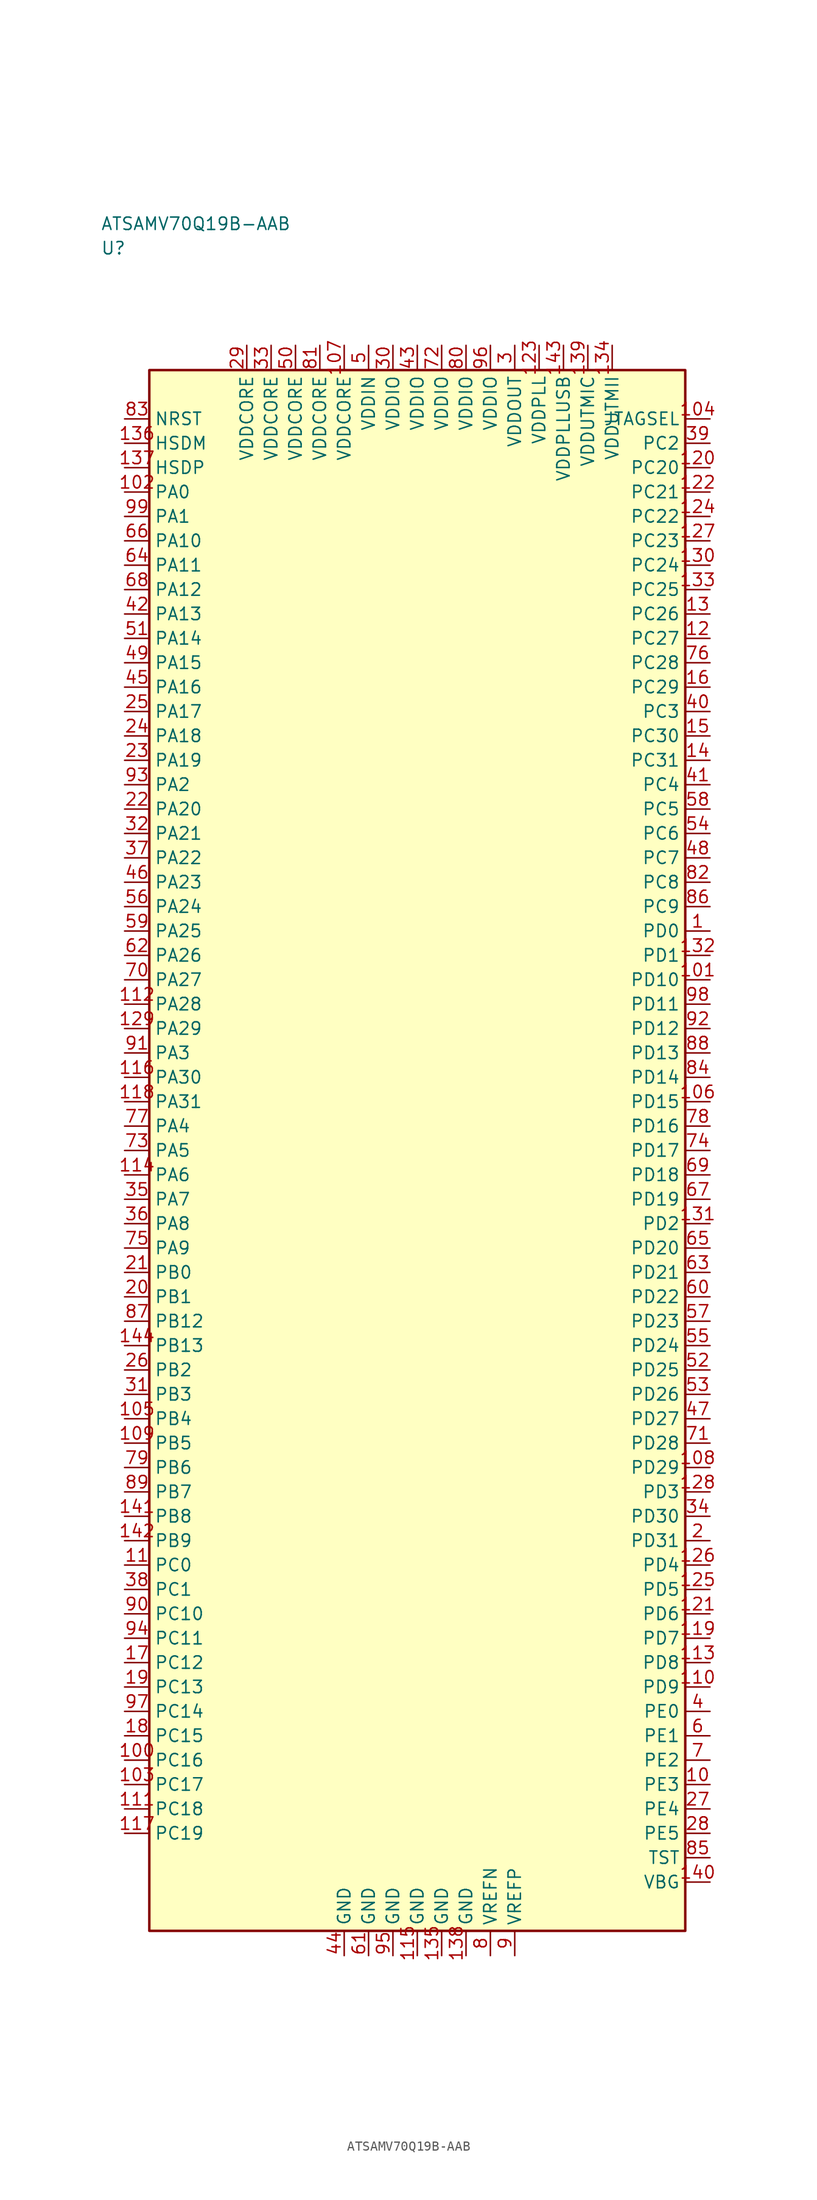
<source format=kicad_sym>
(kicad_symbol_lib
  (version 20241025)
  (generator "kicad_symbol_editor")
  (generator_version "8.0")
  (symbol "ATSAMV70Q19B-AAB"
    (property "Reference" "U"
      (at -32.5 92.5 0)
      (effects (font (size 1.27 1.27)) (justify left)))
    (property "Value" "ATSAMV70Q19B-AAB"
      (at -32.5 95.0 0)
      (effects (font (size 1.27 1.27)) (justify left)))
    (symbol "ATSAMV70Q19B-AAB_0_1"
      (rectangle (start -27.5 80.0) (end 27.5 -80.0) (stroke (width 0.254) (type default)) (fill (type background))))
    (symbol "ATSAMV70Q19B-AAB_1_1"
      (pin bidirectional line (at -30.04 67.5 0.0) (length 2.54) (name "PA0" (effects (font (size 1.27 1.27)))) (number "102" (effects (font (size 1.27 1.27)))))
      (pin bidirectional line (at -30.04 65.0 0.0) (length 2.54) (name "PA1" (effects (font (size 1.27 1.27)))) (number "99" (effects (font (size 1.27 1.27)))))
      (pin bidirectional line (at -30.04 37.5 0.0) (length 2.54) (name "PA2" (effects (font (size 1.27 1.27)))) (number "93" (effects (font (size 1.27 1.27)))))
      (pin bidirectional line (at -30.04 10.0 0.0) (length 2.54) (name "PA3" (effects (font (size 1.27 1.27)))) (number "91" (effects (font (size 1.27 1.27)))))
      (pin bidirectional line (at -30.04 2.5 0.0) (length 2.54) (name "PA4" (effects (font (size 1.27 1.27)))) (number "77" (effects (font (size 1.27 1.27)))))
      (pin bidirectional line (at -30.04 0.0 0.0) (length 2.54) (name "PA5" (effects (font (size 1.27 1.27)))) (number "73" (effects (font (size 1.27 1.27)))))
      (pin bidirectional line (at -30.04 -2.5 0.0) (length 2.54) (name "PA6" (effects (font (size 1.27 1.27)))) (number "114" (effects (font (size 1.27 1.27)))))
      (pin bidirectional line (at -30.04 -5.0 0.0) (length 2.54) (name "PA7" (effects (font (size 1.27 1.27)))) (number "35" (effects (font (size 1.27 1.27)))))
      (pin bidirectional line (at -30.04 -7.5 0.0) (length 2.54) (name "PA8" (effects (font (size 1.27 1.27)))) (number "36" (effects (font (size 1.27 1.27)))))
      (pin bidirectional line (at -30.04 -10.0 0.0) (length 2.54) (name "PA9" (effects (font (size 1.27 1.27)))) (number "75" (effects (font (size 1.27 1.27)))))
      (pin bidirectional line (at -30.04 62.5 0.0) (length 2.54) (name "PA10" (effects (font (size 1.27 1.27)))) (number "66" (effects (font (size 1.27 1.27)))))
      (pin bidirectional line (at -30.04 60.0 0.0) (length 2.54) (name "PA11" (effects (font (size 1.27 1.27)))) (number "64" (effects (font (size 1.27 1.27)))))
      (pin bidirectional line (at -30.04 57.5 0.0) (length 2.54) (name "PA12" (effects (font (size 1.27 1.27)))) (number "68" (effects (font (size 1.27 1.27)))))
      (pin bidirectional line (at -30.04 55.0 0.0) (length 2.54) (name "PA13" (effects (font (size 1.27 1.27)))) (number "42" (effects (font (size 1.27 1.27)))))
      (pin bidirectional line (at -30.04 52.5 0.0) (length 2.54) (name "PA14" (effects (font (size 1.27 1.27)))) (number "51" (effects (font (size 1.27 1.27)))))
      (pin bidirectional line (at -30.04 50.0 0.0) (length 2.54) (name "PA15" (effects (font (size 1.27 1.27)))) (number "49" (effects (font (size 1.27 1.27)))))
      (pin bidirectional line (at -30.04 47.5 0.0) (length 2.54) (name "PA16" (effects (font (size 1.27 1.27)))) (number "45" (effects (font (size 1.27 1.27)))))
      (pin bidirectional line (at -30.04 45.0 0.0) (length 2.54) (name "PA17" (effects (font (size 1.27 1.27)))) (number "25" (effects (font (size 1.27 1.27)))))
      (pin bidirectional line (at -30.04 42.5 0.0) (length 2.54) (name "PA18" (effects (font (size 1.27 1.27)))) (number "24" (effects (font (size 1.27 1.27)))))
      (pin bidirectional line (at -30.04 40.0 0.0) (length 2.54) (name "PA19" (effects (font (size 1.27 1.27)))) (number "23" (effects (font (size 1.27 1.27)))))
      (pin bidirectional line (at -30.04 35.0 0.0) (length 2.54) (name "PA20" (effects (font (size 1.27 1.27)))) (number "22" (effects (font (size 1.27 1.27)))))
      (pin bidirectional line (at -30.04 32.5 0.0) (length 2.54) (name "PA21" (effects (font (size 1.27 1.27)))) (number "32" (effects (font (size 1.27 1.27)))))
      (pin bidirectional line (at -30.04 30.0 0.0) (length 2.54) (name "PA22" (effects (font (size 1.27 1.27)))) (number "37" (effects (font (size 1.27 1.27)))))
      (pin bidirectional line (at -30.04 27.5 0.0) (length 2.54) (name "PA23" (effects (font (size 1.27 1.27)))) (number "46" (effects (font (size 1.27 1.27)))))
      (pin bidirectional line (at -30.04 25.0 0.0) (length 2.54) (name "PA24" (effects (font (size 1.27 1.27)))) (number "56" (effects (font (size 1.27 1.27)))))
      (pin bidirectional line (at -30.04 22.5 0.0) (length 2.54) (name "PA25" (effects (font (size 1.27 1.27)))) (number "59" (effects (font (size 1.27 1.27)))))
      (pin bidirectional line (at -30.04 20.0 0.0) (length 2.54) (name "PA26" (effects (font (size 1.27 1.27)))) (number "62" (effects (font (size 1.27 1.27)))))
      (pin bidirectional line (at -30.04 17.5 0.0) (length 2.54) (name "PA27" (effects (font (size 1.27 1.27)))) (number "70" (effects (font (size 1.27 1.27)))))
      (pin bidirectional line (at -30.04 15.0 0.0) (length 2.54) (name "PA28" (effects (font (size 1.27 1.27)))) (number "112" (effects (font (size 1.27 1.27)))))
      (pin bidirectional line (at -30.04 12.5 0.0) (length 2.54) (name "PA29" (effects (font (size 1.27 1.27)))) (number "129" (effects (font (size 1.27 1.27)))))
      (pin bidirectional line (at -30.04 7.5 0.0) (length 2.54) (name "PA30" (effects (font (size 1.27 1.27)))) (number "116" (effects (font (size 1.27 1.27)))))
      (pin bidirectional line (at -30.04 5.0 0.0) (length 2.54) (name "PA31" (effects (font (size 1.27 1.27)))) (number "118" (effects (font (size 1.27 1.27)))))
      (pin bidirectional line (at -30.04 -12.5 0.0) (length 2.54) (name "PB0" (effects (font (size 1.27 1.27)))) (number "21" (effects (font (size 1.27 1.27)))))
      (pin bidirectional line (at -30.04 -15.0 0.0) (length 2.54) (name "PB1" (effects (font (size 1.27 1.27)))) (number "20" (effects (font (size 1.27 1.27)))))
      (pin bidirectional line (at -30.04 -22.5 0.0) (length 2.54) (name "PB2" (effects (font (size 1.27 1.27)))) (number "26" (effects (font (size 1.27 1.27)))))
      (pin bidirectional line (at -30.04 -25.0 0.0) (length 2.54) (name "PB3" (effects (font (size 1.27 1.27)))) (number "31" (effects (font (size 1.27 1.27)))))
      (pin bidirectional line (at -30.04 -27.5 0.0) (length 2.54) (name "PB4" (effects (font (size 1.27 1.27)))) (number "105" (effects (font (size 1.27 1.27)))))
      (pin bidirectional line (at -30.04 -30.0 0.0) (length 2.54) (name "PB5" (effects (font (size 1.27 1.27)))) (number "109" (effects (font (size 1.27 1.27)))))
      (pin bidirectional line (at -30.04 -32.5 0.0) (length 2.54) (name "PB6" (effects (font (size 1.27 1.27)))) (number "79" (effects (font (size 1.27 1.27)))))
      (pin bidirectional line (at -30.04 -35.0 0.0) (length 2.54) (name "PB7" (effects (font (size 1.27 1.27)))) (number "89" (effects (font (size 1.27 1.27)))))
      (pin bidirectional line (at -30.04 -37.5 0.0) (length 2.54) (name "PB8" (effects (font (size 1.27 1.27)))) (number "141" (effects (font (size 1.27 1.27)))))
      (pin bidirectional line (at -30.04 -40.0 0.0) (length 2.54) (name "PB9" (effects (font (size 1.27 1.27)))) (number "142" (effects (font (size 1.27 1.27)))))
      (pin bidirectional line (at -30.04 -17.5 0.0) (length 2.54) (name "PB12" (effects (font (size 1.27 1.27)))) (number "87" (effects (font (size 1.27 1.27)))))
      (pin bidirectional line (at -30.04 -20.0 0.0) (length 2.54) (name "PB13" (effects (font (size 1.27 1.27)))) (number "144" (effects (font (size 1.27 1.27)))))
      (pin bidirectional line (at -30.04 -42.5 0.0) (length 2.54) (name "PC0" (effects (font (size 1.27 1.27)))) (number "11" (effects (font (size 1.27 1.27)))))
      (pin bidirectional line (at -30.04 -45.0 0.0) (length 2.54) (name "PC1" (effects (font (size 1.27 1.27)))) (number "38" (effects (font (size 1.27 1.27)))))
      (pin bidirectional line (at 30.04 72.5 180.0) (length 2.54) (name "PC2" (effects (font (size 1.27 1.27)))) (number "39" (effects (font (size 1.27 1.27)))))
      (pin bidirectional line (at 30.04 45.0 180.0) (length 2.54) (name "PC3" (effects (font (size 1.27 1.27)))) (number "40" (effects (font (size 1.27 1.27)))))
      (pin bidirectional line (at 30.04 37.5 180.0) (length 2.54) (name "PC4" (effects (font (size 1.27 1.27)))) (number "41" (effects (font (size 1.27 1.27)))))
      (pin bidirectional line (at 30.04 35.0 180.0) (length 2.54) (name "PC5" (effects (font (size 1.27 1.27)))) (number "58" (effects (font (size 1.27 1.27)))))
      (pin bidirectional line (at 30.04 32.5 180.0) (length 2.54) (name "PC6" (effects (font (size 1.27 1.27)))) (number "54" (effects (font (size 1.27 1.27)))))
      (pin bidirectional line (at 30.04 30.0 180.0) (length 2.54) (name "PC7" (effects (font (size 1.27 1.27)))) (number "48" (effects (font (size 1.27 1.27)))))
      (pin bidirectional line (at 30.04 27.5 180.0) (length 2.54) (name "PC8" (effects (font (size 1.27 1.27)))) (number "82" (effects (font (size 1.27 1.27)))))
      (pin bidirectional line (at 30.04 25.0 180.0) (length 2.54) (name "PC9" (effects (font (size 1.27 1.27)))) (number "86" (effects (font (size 1.27 1.27)))))
      (pin bidirectional line (at -30.04 -47.5 0.0) (length 2.54) (name "PC10" (effects (font (size 1.27 1.27)))) (number "90" (effects (font (size 1.27 1.27)))))
      (pin bidirectional line (at -30.04 -50.0 0.0) (length 2.54) (name "PC11" (effects (font (size 1.27 1.27)))) (number "94" (effects (font (size 1.27 1.27)))))
      (pin bidirectional line (at -30.04 -52.5 0.0) (length 2.54) (name "PC12" (effects (font (size 1.27 1.27)))) (number "17" (effects (font (size 1.27 1.27)))))
      (pin bidirectional line (at -30.04 -55.0 0.0) (length 2.54) (name "PC13" (effects (font (size 1.27 1.27)))) (number "19" (effects (font (size 1.27 1.27)))))
      (pin bidirectional line (at -30.04 -57.5 0.0) (length 2.54) (name "PC14" (effects (font (size 1.27 1.27)))) (number "97" (effects (font (size 1.27 1.27)))))
      (pin bidirectional line (at -30.04 -60.0 0.0) (length 2.54) (name "PC15" (effects (font (size 1.27 1.27)))) (number "18" (effects (font (size 1.27 1.27)))))
      (pin bidirectional line (at -30.04 -62.5 0.0) (length 2.54) (name "PC16" (effects (font (size 1.27 1.27)))) (number "100" (effects (font (size 1.27 1.27)))))
      (pin bidirectional line (at -30.04 -65.0 0.0) (length 2.54) (name "PC17" (effects (font (size 1.27 1.27)))) (number "103" (effects (font (size 1.27 1.27)))))
      (pin bidirectional line (at -30.04 -67.5 0.0) (length 2.54) (name "PC18" (effects (font (size 1.27 1.27)))) (number "111" (effects (font (size 1.27 1.27)))))
      (pin bidirectional line (at -30.04 -70.0 0.0) (length 2.54) (name "PC19" (effects (font (size 1.27 1.27)))) (number "117" (effects (font (size 1.27 1.27)))))
      (pin bidirectional line (at 30.04 70.0 180.0) (length 2.54) (name "PC20" (effects (font (size 1.27 1.27)))) (number "120" (effects (font (size 1.27 1.27)))))
      (pin bidirectional line (at 30.04 67.5 180.0) (length 2.54) (name "PC21" (effects (font (size 1.27 1.27)))) (number "122" (effects (font (size 1.27 1.27)))))
      (pin bidirectional line (at 30.04 65.0 180.0) (length 2.54) (name "PC22" (effects (font (size 1.27 1.27)))) (number "124" (effects (font (size 1.27 1.27)))))
      (pin bidirectional line (at 30.04 62.5 180.0) (length 2.54) (name "PC23" (effects (font (size 1.27 1.27)))) (number "127" (effects (font (size 1.27 1.27)))))
      (pin bidirectional line (at 30.04 60.0 180.0) (length 2.54) (name "PC24" (effects (font (size 1.27 1.27)))) (number "130" (effects (font (size 1.27 1.27)))))
      (pin bidirectional line (at 30.04 57.5 180.0) (length 2.54) (name "PC25" (effects (font (size 1.27 1.27)))) (number "133" (effects (font (size 1.27 1.27)))))
      (pin bidirectional line (at 30.04 55.0 180.0) (length 2.54) (name "PC26" (effects (font (size 1.27 1.27)))) (number "13" (effects (font (size 1.27 1.27)))))
      (pin bidirectional line (at 30.04 52.5 180.0) (length 2.54) (name "PC27" (effects (font (size 1.27 1.27)))) (number "12" (effects (font (size 1.27 1.27)))))
      (pin bidirectional line (at 30.04 50.0 180.0) (length 2.54) (name "PC28" (effects (font (size 1.27 1.27)))) (number "76" (effects (font (size 1.27 1.27)))))
      (pin bidirectional line (at 30.04 47.5 180.0) (length 2.54) (name "PC29" (effects (font (size 1.27 1.27)))) (number "16" (effects (font (size 1.27 1.27)))))
      (pin bidirectional line (at 30.04 42.5 180.0) (length 2.54) (name "PC30" (effects (font (size 1.27 1.27)))) (number "15" (effects (font (size 1.27 1.27)))))
      (pin bidirectional line (at 30.04 40.0 180.0) (length 2.54) (name "PC31" (effects (font (size 1.27 1.27)))) (number "14" (effects (font (size 1.27 1.27)))))
      (pin bidirectional line (at 30.04 22.5 180.0) (length 2.54) (name "PD0" (effects (font (size 1.27 1.27)))) (number "1" (effects (font (size 1.27 1.27)))))
      (pin bidirectional line (at 30.04 20.0 180.0) (length 2.54) (name "PD1" (effects (font (size 1.27 1.27)))) (number "132" (effects (font (size 1.27 1.27)))))
      (pin bidirectional line (at 30.04 -7.5 180.0) (length 2.54) (name "PD2" (effects (font (size 1.27 1.27)))) (number "131" (effects (font (size 1.27 1.27)))))
      (pin bidirectional line (at 30.04 -35.0 180.0) (length 2.54) (name "PD3" (effects (font (size 1.27 1.27)))) (number "128" (effects (font (size 1.27 1.27)))))
      (pin bidirectional line (at 30.04 -42.5 180.0) (length 2.54) (name "PD4" (effects (font (size 1.27 1.27)))) (number "126" (effects (font (size 1.27 1.27)))))
      (pin bidirectional line (at 30.04 -45.0 180.0) (length 2.54) (name "PD5" (effects (font (size 1.27 1.27)))) (number "125" (effects (font (size 1.27 1.27)))))
      (pin bidirectional line (at 30.04 -47.5 180.0) (length 2.54) (name "PD6" (effects (font (size 1.27 1.27)))) (number "121" (effects (font (size 1.27 1.27)))))
      (pin bidirectional line (at 30.04 -50.0 180.0) (length 2.54) (name "PD7" (effects (font (size 1.27 1.27)))) (number "119" (effects (font (size 1.27 1.27)))))
      (pin bidirectional line (at 30.04 -52.5 180.0) (length 2.54) (name "PD8" (effects (font (size 1.27 1.27)))) (number "113" (effects (font (size 1.27 1.27)))))
      (pin bidirectional line (at 30.04 -55.0 180.0) (length 2.54) (name "PD9" (effects (font (size 1.27 1.27)))) (number "110" (effects (font (size 1.27 1.27)))))
      (pin bidirectional line (at 30.04 17.5 180.0) (length 2.54) (name "PD10" (effects (font (size 1.27 1.27)))) (number "101" (effects (font (size 1.27 1.27)))))
      (pin bidirectional line (at 30.04 15.0 180.0) (length 2.54) (name "PD11" (effects (font (size 1.27 1.27)))) (number "98" (effects (font (size 1.27 1.27)))))
      (pin bidirectional line (at 30.04 12.5 180.0) (length 2.54) (name "PD12" (effects (font (size 1.27 1.27)))) (number "92" (effects (font (size 1.27 1.27)))))
      (pin bidirectional line (at 30.04 10.0 180.0) (length 2.54) (name "PD13" (effects (font (size 1.27 1.27)))) (number "88" (effects (font (size 1.27 1.27)))))
      (pin bidirectional line (at 30.04 7.5 180.0) (length 2.54) (name "PD14" (effects (font (size 1.27 1.27)))) (number "84" (effects (font (size 1.27 1.27)))))
      (pin bidirectional line (at 30.04 5.0 180.0) (length 2.54) (name "PD15" (effects (font (size 1.27 1.27)))) (number "106" (effects (font (size 1.27 1.27)))))
      (pin bidirectional line (at 30.04 2.5 180.0) (length 2.54) (name "PD16" (effects (font (size 1.27 1.27)))) (number "78" (effects (font (size 1.27 1.27)))))
      (pin bidirectional line (at 30.04 0.0 180.0) (length 2.54) (name "PD17" (effects (font (size 1.27 1.27)))) (number "74" (effects (font (size 1.27 1.27)))))
      (pin bidirectional line (at 30.04 -2.5 180.0) (length 2.54) (name "PD18" (effects (font (size 1.27 1.27)))) (number "69" (effects (font (size 1.27 1.27)))))
      (pin bidirectional line (at 30.04 -5.0 180.0) (length 2.54) (name "PD19" (effects (font (size 1.27 1.27)))) (number "67" (effects (font (size 1.27 1.27)))))
      (pin bidirectional line (at 30.04 -10.0 180.0) (length 2.54) (name "PD20" (effects (font (size 1.27 1.27)))) (number "65" (effects (font (size 1.27 1.27)))))
      (pin bidirectional line (at 30.04 -12.5 180.0) (length 2.54) (name "PD21" (effects (font (size 1.27 1.27)))) (number "63" (effects (font (size 1.27 1.27)))))
      (pin bidirectional line (at 30.04 -15.0 180.0) (length 2.54) (name "PD22" (effects (font (size 1.27 1.27)))) (number "60" (effects (font (size 1.27 1.27)))))
      (pin bidirectional line (at 30.04 -17.5 180.0) (length 2.54) (name "PD23" (effects (font (size 1.27 1.27)))) (number "57" (effects (font (size 1.27 1.27)))))
      (pin bidirectional line (at 30.04 -20.0 180.0) (length 2.54) (name "PD24" (effects (font (size 1.27 1.27)))) (number "55" (effects (font (size 1.27 1.27)))))
      (pin bidirectional line (at 30.04 -22.5 180.0) (length 2.54) (name "PD25" (effects (font (size 1.27 1.27)))) (number "52" (effects (font (size 1.27 1.27)))))
      (pin bidirectional line (at 30.04 -25.0 180.0) (length 2.54) (name "PD26" (effects (font (size 1.27 1.27)))) (number "53" (effects (font (size 1.27 1.27)))))
      (pin bidirectional line (at 30.04 -27.5 180.0) (length 2.54) (name "PD27" (effects (font (size 1.27 1.27)))) (number "47" (effects (font (size 1.27 1.27)))))
      (pin bidirectional line (at 30.04 -30.0 180.0) (length 2.54) (name "PD28" (effects (font (size 1.27 1.27)))) (number "71" (effects (font (size 1.27 1.27)))))
      (pin bidirectional line (at 30.04 -32.5 180.0) (length 2.54) (name "PD29" (effects (font (size 1.27 1.27)))) (number "108" (effects (font (size 1.27 1.27)))))
      (pin bidirectional line (at 30.04 -37.5 180.0) (length 2.54) (name "PD30" (effects (font (size 1.27 1.27)))) (number "34" (effects (font (size 1.27 1.27)))))
      (pin bidirectional line (at 30.04 -40.0 180.0) (length 2.54) (name "PD31" (effects (font (size 1.27 1.27)))) (number "2" (effects (font (size 1.27 1.27)))))
      (pin bidirectional line (at 30.04 -57.5 180.0) (length 2.54) (name "PE0" (effects (font (size 1.27 1.27)))) (number "4" (effects (font (size 1.27 1.27)))))
      (pin bidirectional line (at 30.04 -60.0 180.0) (length 2.54) (name "PE1" (effects (font (size 1.27 1.27)))) (number "6" (effects (font (size 1.27 1.27)))))
      (pin bidirectional line (at 30.04 -62.5 180.0) (length 2.54) (name "PE2" (effects (font (size 1.27 1.27)))) (number "7" (effects (font (size 1.27 1.27)))))
      (pin bidirectional line (at 30.04 -65.0 180.0) (length 2.54) (name "PE3" (effects (font (size 1.27 1.27)))) (number "10" (effects (font (size 1.27 1.27)))))
      (pin bidirectional line (at 30.04 -67.5 180.0) (length 2.54) (name "PE4" (effects (font (size 1.27 1.27)))) (number "27" (effects (font (size 1.27 1.27)))))
      (pin bidirectional line (at 30.04 -70.0 180.0) (length 2.54) (name "PE5" (effects (font (size 1.27 1.27)))) (number "28" (effects (font (size 1.27 1.27)))))
      (pin power_in line (at 10.0 82.54 270.0) (length 2.54) (name "VDDOUT" (effects (font (size 1.27 1.27)))) (number "3" (effects (font (size 1.27 1.27)))))
      (pin power_in line (at -5.0 82.54 270.0) (length 2.54) (name "VDDIN" (effects (font (size 1.27 1.27)))) (number "5" (effects (font (size 1.27 1.27)))))
      (pin passive line (at 7.5 -82.54 90.0) (length 2.54) (name "VREFN" (effects (font (size 1.27 1.27)))) (number "8" (effects (font (size 1.27 1.27)))))
      (pin passive line (at 10.0 -82.54 90.0) (length 2.54) (name "VREFP" (effects (font (size 1.27 1.27)))) (number "9" (effects (font (size 1.27 1.27)))))
      (pin input line (at -30.04 75.0 0.0) (length 2.54) (name "NRST" (effects (font (size 1.27 1.27)))) (number "83" (effects (font (size 1.27 1.27)))))
      (pin bidirectional line (at 30.04 -72.5 180.0) (length 2.54) (name "TST" (effects (font (size 1.27 1.27)))) (number "85" (effects (font (size 1.27 1.27)))))
      (pin power_in line (at -2.5 82.54 270.0) (length 2.54) (name "VDDIO" (effects (font (size 1.27 1.27)))) (number "30" (effects (font (size 1.27 1.27)))))
      (pin power_in line (at 0.0 82.54 270.0) (length 2.54) (name "VDDIO" (effects (font (size 1.27 1.27)))) (number "43" (effects (font (size 1.27 1.27)))))
      (pin power_in line (at 2.5 82.54 270.0) (length 2.54) (name "VDDIO" (effects (font (size 1.27 1.27)))) (number "72" (effects (font (size 1.27 1.27)))))
      (pin power_in line (at 5.0 82.54 270.0) (length 2.54) (name "VDDIO" (effects (font (size 1.27 1.27)))) (number "80" (effects (font (size 1.27 1.27)))))
      (pin power_in line (at 7.5 82.54 270.0) (length 2.54) (name "VDDIO" (effects (font (size 1.27 1.27)))) (number "96" (effects (font (size 1.27 1.27)))))
      (pin output line (at 30.04 75.0 180.0) (length 2.54) (name "JTAGSEL" (effects (font (size 1.27 1.27)))) (number "104" (effects (font (size 1.27 1.27)))))
      (pin power_in line (at -17.5 82.54 270.0) (length 2.54) (name "VDDCORE" (effects (font (size 1.27 1.27)))) (number "29" (effects (font (size 1.27 1.27)))))
      (pin power_in line (at -15.0 82.54 270.0) (length 2.54) (name "VDDCORE" (effects (font (size 1.27 1.27)))) (number "33" (effects (font (size 1.27 1.27)))))
      (pin power_in line (at -12.5 82.54 270.0) (length 2.54) (name "VDDCORE" (effects (font (size 1.27 1.27)))) (number "50" (effects (font (size 1.27 1.27)))))
      (pin power_in line (at -10.0 82.54 270.0) (length 2.54) (name "VDDCORE" (effects (font (size 1.27 1.27)))) (number "81" (effects (font (size 1.27 1.27)))))
      (pin power_in line (at -7.5 82.54 270.0) (length 2.54) (name "VDDCORE" (effects (font (size 1.27 1.27)))) (number "107" (effects (font (size 1.27 1.27)))))
      (pin power_in line (at 12.5 82.54 270.0) (length 2.54) (name "VDDPLL" (effects (font (size 1.27 1.27)))) (number "123" (effects (font (size 1.27 1.27)))))
      (pin power_in line (at 20.0 82.54 270.0) (length 2.54) (name "VDDUTMII" (effects (font (size 1.27 1.27)))) (number "134" (effects (font (size 1.27 1.27)))))
      (pin bidirectional line (at -30.04 72.5 0.0) (length 2.54) (name "HSDM" (effects (font (size 1.27 1.27)))) (number "136" (effects (font (size 1.27 1.27)))))
      (pin bidirectional line (at -30.04 70.0 0.0) (length 2.54) (name "HSDP" (effects (font (size 1.27 1.27)))) (number "137" (effects (font (size 1.27 1.27)))))
      (pin passive line (at -7.5 -82.54 90.0) (length 2.54) (name "GND" (effects (font (size 1.27 1.27)))) (number "44" (effects (font (size 1.27 1.27)))))
      (pin passive line (at -5.0 -82.54 90.0) (length 2.54) (name "GND" (effects (font (size 1.27 1.27)))) (number "61" (effects (font (size 1.27 1.27)))))
      (pin passive line (at -2.5 -82.54 90.0) (length 2.54) (name "GND" (effects (font (size 1.27 1.27)))) (number "95" (effects (font (size 1.27 1.27)))))
      (pin passive line (at 0.0 -82.54 90.0) (length 2.54) (name "GND" (effects (font (size 1.27 1.27)))) (number "115" (effects (font (size 1.27 1.27)))))
      (pin passive line (at 2.5 -82.54 90.0) (length 2.54) (name "GND" (effects (font (size 1.27 1.27)))) (number "135" (effects (font (size 1.27 1.27)))))
      (pin passive line (at 5.0 -82.54 90.0) (length 2.54) (name "GND" (effects (font (size 1.27 1.27)))) (number "138" (effects (font (size 1.27 1.27)))))
      (pin power_in line (at 17.5 82.54 270.0) (length 2.54) (name "VDDUTMIC" (effects (font (size 1.27 1.27)))) (number "139" (effects (font (size 1.27 1.27)))))
      (pin bidirectional line (at 30.04 -75.0 180.0) (length 2.54) (name "VBG" (effects (font (size 1.27 1.27)))) (number "140" (effects (font (size 1.27 1.27)))))
      (pin power_in line (at 15.0 82.54 270.0) (length 2.54) (name "VDDPLLUSB" (effects (font (size 1.27 1.27)))) (number "143" (effects (font (size 1.27 1.27))))))))
</source>
